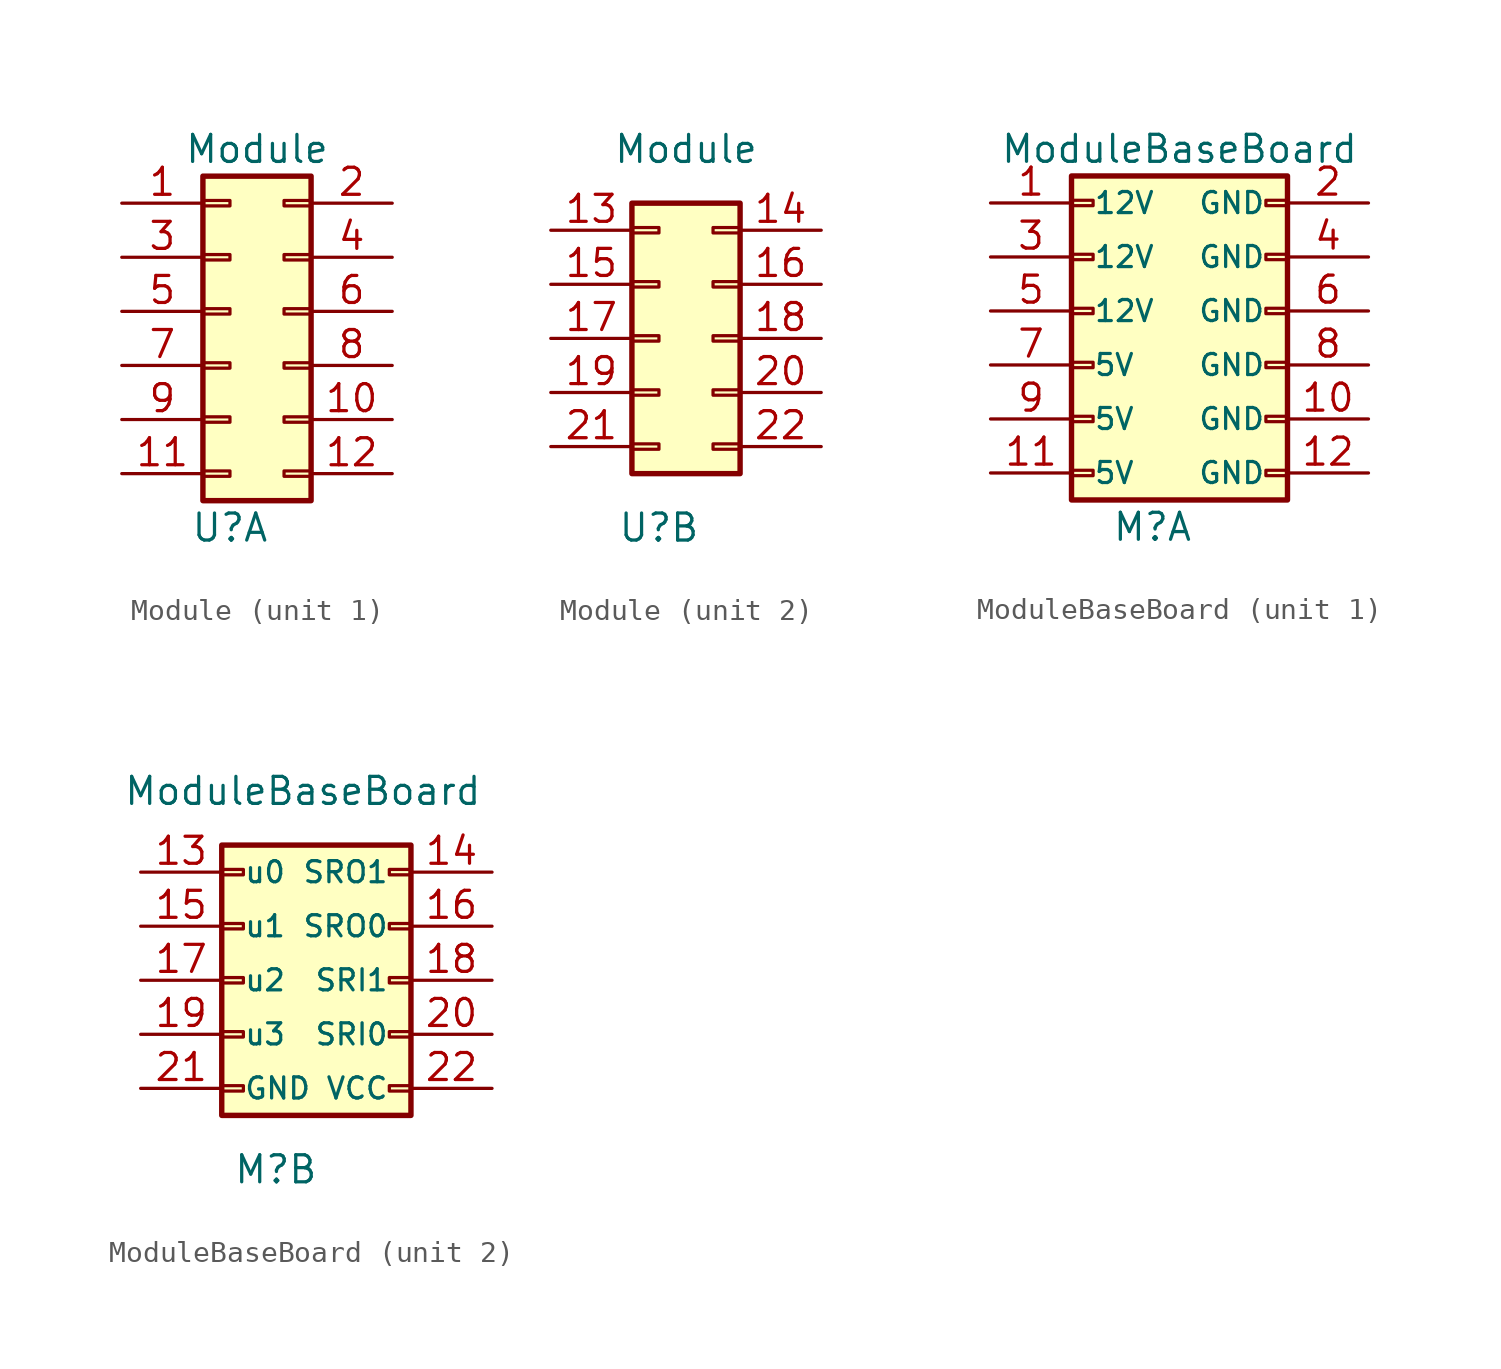
<source format=kicad_sym>
(kicad_symbol_lib
  (version 20231120)
  (generator "kicad_symbol_editor")
  (generator_version "8.0")
  (symbol "Module"
    (pin_names
      (offset 1.016))
    (property "Reference" "U"
      (at -1.27 -8.89 0)
      (effects (font (size 1.27 1.27))))
    (property "Value" "Module"
      (at 0 8.89 0)
      (effects (font (size 1.27 1.27))))
    (property "ki_locked" ""
      (at 0 0 0)
      (effects (font (size 1.27 1.27))))
    (symbol "Module_1_1"
      (rectangle (start -2.54 -6.223) (end -1.27 -6.477) (stroke (width 0.152) (type default)) (fill (type none)))
      (rectangle (start -2.54 -3.683) (end -1.27 -3.937) (stroke (width 0.152) (type default)) (fill (type none)))
      (rectangle (start -2.54 -1.143) (end -1.27 -1.397) (stroke (width 0.152) (type default)) (fill (type none)))
      (rectangle (start -2.54 1.397) (end -1.27 1.143) (stroke (width 0.152) (type default)) (fill (type none)))
      (rectangle (start -2.54 3.937) (end -1.27 3.683) (stroke (width 0.152) (type default)) (fill (type none)))
      (rectangle (start -2.54 6.477) (end -1.27 6.223) (stroke (width 0.152) (type default)) (fill (type none)))
      (rectangle (start -2.54 7.62) (end 2.54 -7.62) (stroke (width 0.254) (type default)) (fill (type background)))
      (rectangle (start 2.54 -6.223) (end 1.27 -6.477) (stroke (width 0.152) (type default)) (fill (type none)))
      (rectangle (start 2.54 -3.683) (end 1.27 -3.937) (stroke (width 0.152) (type default)) (fill (type none)))
      (rectangle (start 2.54 -1.143) (end 1.27 -1.397) (stroke (width 0.152) (type default)) (fill (type none)))
      (rectangle (start 2.54 1.397) (end 1.27 1.143) (stroke (width 0.152) (type default)) (fill (type none)))
      (rectangle (start 2.54 3.937) (end 1.27 3.683) (stroke (width 0.152) (type default)) (fill (type none)))
      (rectangle (start 2.54 6.477) (end 1.27 6.223) (stroke (width 0.152) (type default)) (fill (type none)))
      (pin power_in line (at -6.35 6.35 0) (length 3.81) (name "~" (effects (font (size 1.27 1.27)))) (number "1" (effects (font (size 1.27 1.27)))))
      (pin power_in line (at 6.35 -3.81 180) (length 3.81) (name "~" (effects (font (size 1.27 1.27)))) (number "10" (effects (font (size 1.27 1.27)))))
      (pin power_in line (at -6.35 -6.35 0) (length 3.81) (name "~" (effects (font (size 1.27 1.27)))) (number "11" (effects (font (size 1.27 1.27)))))
      (pin power_in line (at 6.35 -6.35 180) (length 3.81) (name "~" (effects (font (size 1.27 1.27)))) (number "12" (effects (font (size 1.27 1.27)))))
      (pin power_in line (at 6.35 6.35 180) (length 3.81) (name "~" (effects (font (size 1.27 1.27)))) (number "2" (effects (font (size 1.27 1.27)))))
      (pin power_in line (at -6.35 3.81 0) (length 3.81) (name "~" (effects (font (size 1.27 1.27)))) (number "3" (effects (font (size 1.27 1.27)))))
      (pin power_in line (at 6.35 3.81 180) (length 3.81) (name "~" (effects (font (size 1.27 1.27)))) (number "4" (effects (font (size 1.27 1.27)))))
      (pin power_in line (at -6.35 1.27 0) (length 3.81) (name "~" (effects (font (size 1.27 1.27)))) (number "5" (effects (font (size 1.27 1.27)))))
      (pin power_in line (at 6.35 1.27 180) (length 3.81) (name "~" (effects (font (size 1.27 1.27)))) (number "6" (effects (font (size 1.27 1.27)))))
      (pin power_in line (at -6.35 -1.27 0) (length 3.81) (name "~" (effects (font (size 1.27 1.27)))) (number "7" (effects (font (size 1.27 1.27)))))
      (pin power_in line (at 6.35 -1.27 180) (length 3.81) (name "~" (effects (font (size 1.27 1.27)))) (number "8" (effects (font (size 1.27 1.27)))))
      (pin power_in line (at -6.35 -3.81 0) (length 3.81) (name "~" (effects (font (size 1.27 1.27)))) (number "9" (effects (font (size 1.27 1.27))))))
    (symbol "Module_2_1"
      (rectangle (start -2.54 -4.953) (end -1.27 -5.207) (stroke (width 0.152) (type default)) (fill (type none)))
      (rectangle (start -2.54 -2.413) (end -1.27 -2.667) (stroke (width 0.152) (type default)) (fill (type none)))
      (rectangle (start -2.54 0.127) (end -1.27 -0.127) (stroke (width 0.152) (type default)) (fill (type none)))
      (rectangle (start -2.54 2.667) (end -1.27 2.413) (stroke (width 0.152) (type default)) (fill (type none)))
      (rectangle (start -2.54 5.207) (end -1.27 4.953) (stroke (width 0.152) (type default)) (fill (type none)))
      (rectangle (start -2.54 6.35) (end 2.54 -6.35) (stroke (width 0.254) (type default)) (fill (type background)))
      (rectangle (start 2.54 -4.953) (end 1.27 -5.207) (stroke (width 0.152) (type default)) (fill (type none)))
      (rectangle (start 2.54 -2.413) (end 1.27 -2.667) (stroke (width 0.152) (type default)) (fill (type none)))
      (rectangle (start 2.54 0.127) (end 1.27 -0.127) (stroke (width 0.152) (type default)) (fill (type none)))
      (rectangle (start 2.54 2.667) (end 1.27 2.413) (stroke (width 0.152) (type default)) (fill (type none)))
      (rectangle (start 2.54 5.207) (end 1.27 4.953) (stroke (width 0.152) (type default)) (fill (type none)))
      (pin passive line (at -6.35 5.08 0) (length 3.81) (name "~" (effects (font (size 1.27 1.27)))) (number "13" (effects (font (size 1.27 1.27)))))
      (pin passive line (at 6.35 5.08 180) (length 3.81) (name "~" (effects (font (size 1.27 1.27)))) (number "14" (effects (font (size 1.27 1.27)))))
      (pin passive line (at -6.35 2.54 0) (length 3.81) (name "~" (effects (font (size 1.27 1.27)))) (number "15" (effects (font (size 1.27 1.27)))))
      (pin passive line (at 6.35 2.54 180) (length 3.81) (name "~" (effects (font (size 1.27 1.27)))) (number "16" (effects (font (size 1.27 1.27)))))
      (pin passive line (at -6.35 0 0) (length 3.81) (name "~" (effects (font (size 1.27 1.27)))) (number "17" (effects (font (size 1.27 1.27)))))
      (pin passive line (at 6.35 0 180) (length 3.81) (name "~" (effects (font (size 1.27 1.27)))) (number "18" (effects (font (size 1.27 1.27)))))
      (pin passive line (at -6.35 -2.54 0) (length 3.81) (name "~" (effects (font (size 1.27 1.27)))) (number "19" (effects (font (size 1.27 1.27)))))
      (pin passive line (at 6.35 -2.54 180) (length 3.81) (name "~" (effects (font (size 1.27 1.27)))) (number "20" (effects (font (size 1.27 1.27)))))
      (pin passive line (at -6.35 -5.08 0) (length 3.81) (name "~" (effects (font (size 1.27 1.27)))) (number "21" (effects (font (size 1.27 1.27)))))
      (pin passive line (at 6.35 -5.08 180) (length 3.81) (name "~" (effects (font (size 1.27 1.27)))) (number "22" (effects (font (size 1.27 1.27)))))))
  (symbol "ModuleBaseBoard"
    (pin_names
      (offset 1.016))
    (property "Reference" "M"
      (at -1.27 -8.89 0)
      (effects (font (size 1.27 1.27))))
    (property "Value" "ModuleBaseBoard"
      (at 0 8.89 0)
      (effects (font (size 1.27 1.27))))
    (property "ki_locked" ""
      (at 0 0 0)
      (effects (font (size 1.27 1.27))))
    (symbol "ModuleBaseBoard_1_1"
      (rectangle (start -5.08 -6.223) (end -4.064 -6.477) (stroke (width 0.152) (type default)) (fill (type none)))
      (rectangle (start -5.08 -3.683) (end -4.064 -3.937) (stroke (width 0.152) (type default)) (fill (type none)))
      (rectangle (start -5.08 -1.143) (end -4.064 -1.397) (stroke (width 0.152) (type default)) (fill (type none)))
      (rectangle (start -5.08 1.397) (end -4.064 1.143) (stroke (width 0.152) (type default)) (fill (type none)))
      (rectangle (start -5.08 3.937) (end -4.064 3.683) (stroke (width 0.152) (type default)) (fill (type none)))
      (rectangle (start -5.08 6.477) (end -4.064 6.223) (stroke (width 0.152) (type default)) (fill (type none)))
      (rectangle (start -5.08 7.62) (end 5.08 -7.62) (stroke (width 0.254) (type default)) (fill (type background)))
      (rectangle (start 5.08 -6.223) (end 4.064 -6.477) (stroke (width 0.152) (type default)) (fill (type none)))
      (rectangle (start 5.08 -3.683) (end 4.064 -3.937) (stroke (width 0.152) (type default)) (fill (type none)))
      (rectangle (start 5.08 -1.143) (end 4.064 -1.397) (stroke (width 0.152) (type default)) (fill (type none)))
      (rectangle (start 5.08 1.397) (end 4.064 1.143) (stroke (width 0.152) (type default)) (fill (type none)))
      (rectangle (start 5.08 3.937) (end 4.064 3.683) (stroke (width 0.152) (type default)) (fill (type none)))
      (rectangle (start 5.08 6.477) (end 4.064 6.223) (stroke (width 0.152) (type default)) (fill (type none)))
      (pin power_in line (at -8.89 6.35 0) (length 3.81) (name "12V" (effects (font (size 0.991 0.991)))) (number "1" (effects (font (size 1.27 1.27)))))
      (pin power_in line (at 8.89 -3.81 180) (length 3.81) (name "GND" (effects (font (size 0.991 0.991)))) (number "10" (effects (font (size 1.27 1.27)))))
      (pin power_in line (at -8.89 -6.35 0) (length 3.81) (name "5V" (effects (font (size 0.991 0.991)))) (number "11" (effects (font (size 1.27 1.27)))))
      (pin power_in line (at 8.89 -6.35 180) (length 3.81) (name "GND" (effects (font (size 0.991 0.991)))) (number "12" (effects (font (size 1.27 1.27)))))
      (pin power_in line (at 8.89 6.35 180) (length 3.81) (name "GND" (effects (font (size 0.991 0.991)))) (number "2" (effects (font (size 1.27 1.27)))))
      (pin power_in line (at -8.89 3.81 0) (length 3.81) (name "12V" (effects (font (size 0.991 0.991)))) (number "3" (effects (font (size 1.27 1.27)))))
      (pin power_in line (at 8.89 3.81 180) (length 3.81) (name "GND" (effects (font (size 0.991 0.991)))) (number "4" (effects (font (size 1.27 1.27)))))
      (pin power_in line (at -8.89 1.27 0) (length 3.81) (name "12V" (effects (font (size 0.991 0.991)))) (number "5" (effects (font (size 1.27 1.27)))))
      (pin power_in line (at 8.89 1.27 180) (length 3.81) (name "GND" (effects (font (size 0.991 0.991)))) (number "6" (effects (font (size 1.27 1.27)))))
      (pin power_in line (at -8.89 -1.27 0) (length 3.81) (name "5V" (effects (font (size 0.991 0.991)))) (number "7" (effects (font (size 1.27 1.27)))))
      (pin power_in line (at 8.89 -1.27 180) (length 3.81) (name "GND" (effects (font (size 0.991 0.991)))) (number "8" (effects (font (size 1.27 1.27)))))
      (pin power_in line (at -8.89 -3.81 0) (length 3.81) (name "5V" (effects (font (size 0.991 0.991)))) (number "9" (effects (font (size 1.27 1.27))))))
    (symbol "ModuleBaseBoard_2_1"
      (rectangle (start -3.81 -4.953) (end -2.794 -5.207) (stroke (width 0.152) (type default)) (fill (type none)))
      (rectangle (start -3.81 -2.413) (end -2.794 -2.667) (stroke (width 0.152) (type default)) (fill (type none)))
      (rectangle (start -3.81 0.127) (end -2.794 -0.127) (stroke (width 0.152) (type default)) (fill (type none)))
      (rectangle (start -3.81 2.667) (end -2.794 2.413) (stroke (width 0.152) (type default)) (fill (type none)))
      (rectangle (start -3.81 5.207) (end -2.794 4.953) (stroke (width 0.152) (type default)) (fill (type none)))
      (rectangle (start -3.81 6.35) (end 5.08 -6.35) (stroke (width 0.254) (type default)) (fill (type background)))
      (rectangle (start 5.08 -4.953) (end 4.064 -5.207) (stroke (width 0.152) (type default)) (fill (type none)))
      (rectangle (start 5.08 -2.413) (end 4.064 -2.667) (stroke (width 0.152) (type default)) (fill (type none)))
      (rectangle (start 5.08 0.127) (end 4.064 -0.127) (stroke (width 0.152) (type default)) (fill (type none)))
      (rectangle (start 5.08 2.667) (end 4.064 2.413) (stroke (width 0.152) (type default)) (fill (type none)))
      (rectangle (start 5.08 5.207) (end 4.064 4.953) (stroke (width 0.152) (type default)) (fill (type none)))
      (pin passive line (at -7.62 5.08 0) (length 3.81) (name "u0" (effects (font (size 0.991 0.991)))) (number "13" (effects (font (size 1.27 1.27)))))
      (pin input line (at 8.89 5.08 180) (length 3.81) (name "SRO1" (effects (font (size 0.991 0.991)))) (number "14" (effects (font (size 1.27 1.27)))))
      (pin passive line (at -7.62 2.54 0) (length 3.81) (name "u1" (effects (font (size 0.991 0.991)))) (number "15" (effects (font (size 1.27 1.27)))))
      (pin input line (at 8.89 2.54 180) (length 3.81) (name "SRO0" (effects (font (size 0.991 0.991)))) (number "16" (effects (font (size 1.27 1.27)))))
      (pin passive line (at -7.62 0 0) (length 3.81) (name "u2" (effects (font (size 0.991 0.991)))) (number "17" (effects (font (size 1.27 1.27)))))
      (pin output line (at 8.89 0 180) (length 3.81) (name "SRI1" (effects (font (size 0.991 0.991)))) (number "18" (effects (font (size 1.27 1.27)))))
      (pin passive line (at -7.62 -2.54 0) (length 3.81) (name "u3" (effects (font (size 0.991 0.991)))) (number "19" (effects (font (size 1.27 1.27)))))
      (pin output line (at 8.89 -2.54 180) (length 3.81) (name "SRI0" (effects (font (size 0.991 0.991)))) (number "20" (effects (font (size 1.27 1.27)))))
      (pin power_in line (at -7.62 -5.08 0) (length 3.81) (name "GND" (effects (font (size 0.991 0.991)))) (number "21" (effects (font (size 1.27 1.27)))))
      (pin power_in line (at 8.89 -5.08 180) (length 3.81) (name "VCC" (effects (font (size 0.991 0.991)))) (number "22" (effects (font (size 1.27 1.27))))))))
</source>
